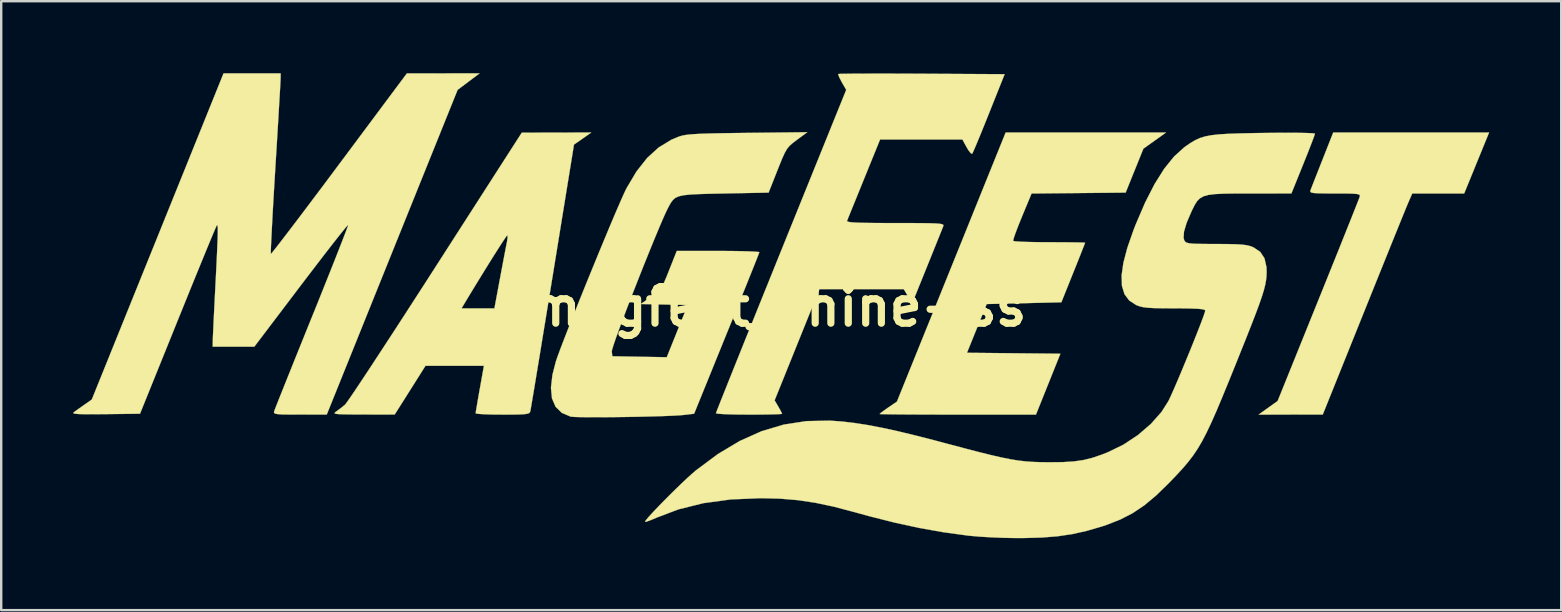
<source format=kicad_pcb>
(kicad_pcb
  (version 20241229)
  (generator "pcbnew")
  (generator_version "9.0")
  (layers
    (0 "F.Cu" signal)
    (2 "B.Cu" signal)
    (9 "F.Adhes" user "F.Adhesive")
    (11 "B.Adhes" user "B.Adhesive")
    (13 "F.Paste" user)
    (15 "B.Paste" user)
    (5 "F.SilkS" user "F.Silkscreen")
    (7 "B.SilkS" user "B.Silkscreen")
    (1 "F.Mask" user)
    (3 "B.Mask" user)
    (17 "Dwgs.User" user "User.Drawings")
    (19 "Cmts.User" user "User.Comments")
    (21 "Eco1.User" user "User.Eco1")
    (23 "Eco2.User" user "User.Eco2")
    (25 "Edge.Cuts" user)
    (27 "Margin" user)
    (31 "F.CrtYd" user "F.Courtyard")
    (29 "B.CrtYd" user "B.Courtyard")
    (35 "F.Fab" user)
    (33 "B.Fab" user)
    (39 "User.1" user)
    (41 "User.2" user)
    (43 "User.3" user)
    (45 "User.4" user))
  (footprint "magfest_shine-ss"
    (layer "F.Cu")
    (at 29.401 9.73)
    (property "Reference" "magfest_shine-ss" (at 0 0 0) (layer "F.SilkS") (effects (font (size 1.524 1.524) (thickness 0.3))))
    (attr through_hole)
    (fp_poly (pts (xy 29.514 -7.021) (xy 29.453 -6.872) (xy 29.349 -6.618) (xy 29.216 -6.291) (xy 29.064 -5.921) (xy 28.995 -5.751) (xy 28.573 -4.717) (xy 26.408 -4.717) (xy 26.242 -4.336) (xy 26.186 -4.202) (xy 26.081 -3.946) (xy 25.932 -3.581) (xy 25.745 -3.119) (xy 25.524 -2.574) (xy 25.276 -1.958) (xy 25.004 -1.284) (xy 24.714 -0.565) (xy 24.412 0.186) (xy 24.378 0.27) (xy 22.679 4.496) (xy 21.342 4.498) (xy 20.006 4.499) (xy 20.402 4.216) (xy 20.798 3.932) (xy 22.493 -0.265) (xy 22.793 -1.008) (xy 23.076 -1.712) (xy 23.34 -2.366) (xy 23.577 -2.959) (xy 23.785 -3.479) (xy 23.958 -3.913) (xy 24.091 -4.25) (xy 24.181 -4.478) (xy 24.221 -4.585) (xy 24.222 -4.59) (xy 24.225 -4.639) (xy 24.188 -4.674) (xy 24.091 -4.697) (xy 23.913 -4.71) (xy 23.634 -4.716) (xy 23.232 -4.717) (xy 23.187 -4.717) (xy 22.773 -4.718) (xy 22.484 -4.724) (xy 22.299 -4.736) (xy 22.197 -4.757) (xy 22.159 -4.79) (xy 22.163 -4.837) (xy 22.165 -4.844) (xy 22.207 -4.952) (xy 22.291 -5.169) (xy 22.41 -5.471) (xy 22.552 -5.831) (xy 22.663 -6.113) (xy 23.114 -7.256) (xy 29.611 -7.257) (xy 29.514 -7.021)) (stroke (width 0.01) (type solid)) (fill yes) (layer "F.SilkS"))
    (fp_poly (pts (xy 15.675 -6.921) (xy 15.203 -6.584) (xy 14.833 -5.669) (xy 14.463 -4.753) (xy 12.502 -4.734) (xy 10.542 -4.715) (xy 10.143 -3.754) (xy 10.003 -3.408) (xy 9.888 -3.109) (xy 9.809 -2.884) (xy 9.775 -2.757) (xy 9.775 -2.74) (xy 9.854 -2.723) (xy 10.055 -2.709) (xy 10.358 -2.697) (xy 10.739 -2.689) (xy 11.177 -2.685) (xy 11.289 -2.685) (xy 11.735 -2.684) (xy 12.128 -2.681) (xy 12.445 -2.677) (xy 12.666 -2.672) (xy 12.768 -2.666) (xy 12.773 -2.664) (xy 12.747 -2.593) (xy 12.675 -2.41) (xy 12.567 -2.134) (xy 12.429 -1.789) (xy 12.278 -1.412) (xy 11.784 -0.181) (xy 8.672 -0.109) (xy 8.261 0.907) (xy 7.85 1.923) (xy 9.796 1.942) (xy 11.743 1.962) (xy 10.725 4.499) (xy 7.467 4.499) (xy 6.795 4.499) (xy 6.17 4.497) (xy 5.606 4.495) (xy 5.118 4.492) (xy 4.72 4.488) (xy 4.427 4.483) (xy 4.253 4.479) (xy 4.209 4.475) (xy 4.264 4.424) (xy 4.407 4.318) (xy 4.57 4.203) (xy 4.931 3.957) (xy 6.061 1.162) (xy 6.367 0.406) (xy 6.71 -0.444) (xy 7.076 -1.349) (xy 7.446 -2.266) (xy 7.806 -3.156) (xy 8.138 -3.979) (xy 8.326 -4.445) (xy 9.462 -7.257) (xy 16.146 -7.257) (xy 15.675 -6.921)) (stroke (width 0.01) (type solid)) (fill yes) (layer "F.SilkS"))
    (fp_poly (pts (xy -8.168 -7.005) (xy -8.529 -6.753) (xy -9.422 -1.254) (xy -9.565 -0.376) (xy -9.702 0.461) (xy -9.831 1.247) (xy -9.949 1.971) (xy -10.057 2.621) (xy -10.15 3.186) (xy -10.228 3.654) (xy -10.289 4.014) (xy -10.33 4.256) (xy -10.351 4.368) (xy -10.352 4.372) (xy -10.378 4.421) (xy -10.441 4.456) (xy -10.561 4.478) (xy -10.76 4.492) (xy -11.06 4.498) (xy -11.482 4.499) (xy -11.507 4.499) (xy -11.892 4.496) (xy -12.22 4.487) (xy -12.465 4.473) (xy -12.605 4.456) (xy -12.627 4.445) (xy -12.615 4.357) (xy -12.581 4.154) (xy -12.532 3.865) (xy -12.471 3.517) (xy -12.455 3.429) (xy -12.283 2.467) (xy -14.719 2.467) (xy -15.36 3.483) (xy -16.002 4.498) (xy -17.308 4.495) (xy -17.771 4.493) (xy -18.105 4.489) (xy -18.327 4.481) (xy -18.455 4.467) (xy -18.505 4.446) (xy -18.495 4.414) (xy -18.44 4.371) (xy -18.436 4.369) (xy -18.246 4.228) (xy -18.073 4.088) (xy -18.008 4.005) (xy -17.87 3.809) (xy -17.665 3.508) (xy -17.4 3.111) (xy -17.08 2.628) (xy -16.712 2.067) (xy -16.3 1.436) (xy -15.85 0.746) (xy -15.414 0.073) (xy -13.216 0.073) (xy -11.845 0.073) (xy -11.612 -1.179) (xy -11.531 -1.609) (xy -11.456 -2.008) (xy -11.391 -2.347) (xy -11.343 -2.595) (xy -11.321 -2.703) (xy -11.296 -2.875) (xy -11.302 -2.967) (xy -11.311 -2.972) (xy -11.36 -2.912) (xy -11.473 -2.745) (xy -11.641 -2.487) (xy -11.851 -2.157) (xy -12.093 -1.77) (xy -12.356 -1.345) (xy -12.631 -0.898) (xy -12.905 -0.446) (xy -13.049 -0.207) (xy -13.216 0.073) (xy -15.414 0.073) (xy -15.37 0.004) (xy -14.863 -0.78) (xy -14.337 -1.597) (xy -14.297 -1.66) (xy -10.704 -7.251) (xy -7.808 -7.257) (xy -8.168 -7.005)) (stroke (width 0.01) (type solid)) (fill yes) (layer "F.SilkS"))
    (fp_poly (pts (xy 4.624 -9.712) (xy 5.272 -9.71) (xy 5.965 -9.707) (xy 5.968 -9.707) (xy 9.419 -9.688) (xy 8.768 -8.055) (xy 8.584 -7.598) (xy 8.417 -7.186) (xy 8.273 -6.838) (xy 8.161 -6.574) (xy 8.088 -6.412) (xy 8.066 -6.37) (xy 8.006 -6.396) (xy 7.908 -6.522) (xy 7.837 -6.642) (xy 7.659 -6.967) (xy 4.229 -6.967) (xy 3.557 -5.316) (xy 3.37 -4.854) (xy 3.2 -4.435) (xy 3.054 -4.078) (xy 2.942 -3.802) (xy 2.872 -3.627) (xy 2.85 -3.574) (xy 2.869 -3.547) (xy 2.956 -3.525) (xy 3.126 -3.508) (xy 3.39 -3.497) (xy 3.762 -3.489) (xy 4.254 -3.485) (xy 4.862 -3.483) (xy 5.461 -3.483) (xy 5.93 -3.481) (xy 6.284 -3.476) (xy 6.538 -3.468) (xy 6.709 -3.455) (xy 6.811 -3.437) (xy 6.859 -3.412) (xy 6.869 -3.38) (xy 6.863 -3.356) (xy 6.823 -3.255) (xy 6.737 -3.039) (xy 6.613 -2.731) (xy 6.46 -2.351) (xy 6.286 -1.92) (xy 6.191 -1.685) (xy 5.566 -0.14) (xy 5.392 -0.433) (xy 5.217 -0.726) (xy 1.701 -0.726) (xy -0.167 3.906) (xy -0.011 4.171) (xy 0.085 4.341) (xy 0.14 4.451) (xy 0.145 4.467) (xy 0.076 4.477) (xy -0.115 4.486) (xy -0.408 4.493) (xy -0.778 4.498) (xy -1.205 4.499) (xy -1.234 4.499) (xy -1.663 4.497) (xy -2.038 4.489) (xy -2.336 4.477) (xy -2.535 4.462) (xy -2.612 4.445) (xy -2.613 4.444) (xy -2.586 4.37) (xy -2.508 4.171) (xy -2.384 3.856) (xy -2.215 3.434) (xy -2.007 2.913) (xy -1.763 2.304) (xy -1.486 1.614) (xy -1.18 0.854) (xy -0.849 0.032) (xy -0.496 -0.842) (xy -0.126 -1.759) (xy 0.102 -2.323) (xy 2.817 -9.035) (xy 2.636 -9.349) (xy 2.538 -9.535) (xy 2.487 -9.663) (xy 2.486 -9.695) (xy 2.563 -9.701) (xy 2.77 -9.705) (xy 3.094 -9.709) (xy 3.521 -9.711) (xy 4.035 -9.712) (xy 4.624 -9.712)) (stroke (width 0.01) (type solid)) (fill yes) (layer "F.SilkS"))
    (fp_poly (pts (xy 0.76 -6.95) (xy 0.586 -6.819) (xy 0.456 -6.704) (xy 0.351 -6.576) (xy 0.255 -6.409) (xy 0.148 -6.173) (xy 0.013 -5.841) (xy -0.046 -5.692) (xy -0.418 -4.753) (xy -2.259 -4.717) (xy -2.857 -4.705) (xy -3.328 -4.691) (xy -3.689 -4.672) (xy -3.96 -4.643) (xy -4.157 -4.599) (xy -4.299 -4.536) (xy -4.403 -4.449) (xy -4.488 -4.335) (xy -4.572 -4.188) (xy -4.598 -4.139) (xy -4.696 -3.94) (xy -4.831 -3.638) (xy -4.997 -3.249) (xy -5.187 -2.792) (xy -5.395 -2.282) (xy -5.614 -1.739) (xy -5.837 -1.177) (xy -6.057 -0.616) (xy -6.267 -0.072) (xy -6.461 0.438) (xy -6.632 0.896) (xy -6.774 1.286) (xy -6.878 1.59) (xy -6.94 1.791) (xy -6.954 1.866) (xy -6.931 2.068) (xy -5.796 2.088) (xy -4.662 2.108) (xy -3.787 -0.069) (xy -5.745 -0.109) (xy -5.311 -0.414) (xy -5.124 -0.55) (xy -4.989 -0.669) (xy -4.882 -0.803) (xy -4.784 -0.984) (xy -4.672 -1.245) (xy -4.562 -1.521) (xy -4.245 -2.321) (xy -2.522 -2.322) (xy -2.039 -2.32) (xy -1.61 -2.314) (xy -1.252 -2.304) (xy -0.987 -2.292) (xy -0.834 -2.278) (xy -0.804 -2.268) (xy -0.832 -2.192) (xy -0.909 -1.994) (xy -1.03 -1.689) (xy -1.191 -1.288) (xy -1.385 -0.804) (xy -1.608 -0.252) (xy -1.854 0.357) (xy -2.118 1.008) (xy -2.166 1.125) (xy -3.522 4.463) (xy -3.917 4.511) (xy -4.131 4.53) (xy -4.452 4.547) (xy -4.859 4.563) (xy -5.328 4.577) (xy -5.837 4.589) (xy -6.365 4.598) (xy -6.888 4.605) (xy -7.384 4.609) (xy -7.83 4.609) (xy -8.206 4.606) (xy -8.487 4.598) (xy -8.652 4.586) (xy -8.674 4.582) (xy -9.038 4.425) (xy -9.296 4.173) (xy -9.446 3.824) (xy -9.489 3.38) (xy -9.426 2.837) (xy -9.285 2.289) (xy -9.208 2.064) (xy -9.083 1.726) (xy -8.916 1.291) (xy -8.716 0.779) (xy -8.489 0.206) (xy -8.242 -0.41) (xy -7.983 -1.051) (xy -7.718 -1.698) (xy -7.457 -2.335) (xy -7.204 -2.943) (xy -6.969 -3.506) (xy -6.757 -4.004) (xy -6.576 -4.42) (xy -6.435 -4.736) (xy -6.339 -4.935) (xy -5.924 -5.633) (xy -5.48 -6.196) (xy -5 -6.634) (xy -4.472 -6.955) (xy -4.173 -7.081) (xy -4.059 -7.117) (xy -3.925 -7.147) (xy -3.756 -7.171) (xy -3.534 -7.189) (xy -3.243 -7.205) (xy -2.868 -7.217) (xy -2.391 -7.227) (xy -1.797 -7.236) (xy -1.307 -7.242) (xy 1.195 -7.27) (xy 0.76 -6.95)) (stroke (width 0.01) (type solid)) (fill yes) (layer "F.SilkS"))
    (fp_poly (pts (xy -20.755 -9.54) (xy -20.76 -9.432) (xy -20.772 -9.194) (xy -20.792 -8.842) (xy -20.819 -8.388) (xy -20.85 -7.849) (xy -20.887 -7.239) (xy -20.927 -6.573) (xy -20.971 -5.866) (xy -20.975 -5.793) (xy -21.018 -5.088) (xy -21.057 -4.429) (xy -21.091 -3.828) (xy -21.119 -3.301) (xy -21.141 -2.86) (xy -21.157 -2.52) (xy -21.164 -2.295) (xy -21.163 -2.199) (xy -21.162 -2.197) (xy -21.114 -2.248) (xy -20.987 -2.406) (xy -20.788 -2.661) (xy -20.525 -3.004) (xy -20.204 -3.425) (xy -19.832 -3.915) (xy -19.419 -4.464) (xy -18.969 -5.062) (xy -18.492 -5.701) (xy -18.312 -5.942) (xy -15.494 -9.72) (xy -13.977 -9.722) (xy -12.461 -9.725) (xy -12.92 -9.38) (xy -13.379 -9.035) (xy -16.106 -2.27) (xy -18.832 4.496) (xy -19.947 4.498) (xy -20.372 4.497) (xy -20.672 4.493) (xy -20.867 4.481) (xy -20.979 4.461) (xy -21.027 4.43) (xy -21.031 4.386) (xy -21.028 4.372) (xy -20.995 4.283) (xy -20.913 4.072) (xy -20.785 3.751) (xy -20.619 3.334) (xy -20.418 2.832) (xy -20.187 2.258) (xy -19.932 1.624) (xy -19.658 0.944) (xy -19.456 0.445) (xy -19.172 -0.257) (xy -18.907 -0.92) (xy -18.663 -1.53) (xy -18.447 -2.075) (xy -18.263 -2.544) (xy -18.116 -2.923) (xy -18.01 -3.201) (xy -17.951 -3.366) (xy -17.94 -3.408) (xy -17.987 -3.363) (xy -18.112 -3.214) (xy -18.307 -2.971) (xy -18.562 -2.647) (xy -18.869 -2.252) (xy -19.219 -1.797) (xy -19.603 -1.295) (xy -19.907 -0.896) (xy -21.852 1.669) (xy -23.586 1.669) (xy -23.584 1.47) (xy -23.581 1.347) (xy -23.57 1.1) (xy -23.554 0.749) (xy -23.533 0.315) (xy -23.508 -0.182) (xy -23.481 -0.721) (xy -23.477 -0.798) (xy -23.441 -1.494) (xy -23.414 -2.058) (xy -23.394 -2.503) (xy -23.38 -2.842) (xy -23.374 -3.087) (xy -23.375 -3.251) (xy -23.381 -3.348) (xy -23.394 -3.39) (xy -23.412 -3.391) (xy -23.416 -3.387) (xy -23.451 -3.313) (xy -23.536 -3.116) (xy -23.665 -2.808) (xy -23.833 -2.402) (xy -24.035 -1.91) (xy -24.267 -1.343) (xy -24.524 -0.713) (xy -24.799 -0.033) (xy -25.04 0.562) (xy -26.616 4.463) (xy -28.058 4.48) (xy -28.559 4.484) (xy -28.928 4.483) (xy -29.182 4.476) (xy -29.333 4.462) (xy -29.396 4.44) (xy -29.385 4.41) (xy -29.382 4.407) (xy -29.255 4.315) (xy -29.063 4.179) (xy -28.944 4.095) (xy -28.625 3.871) (xy -26.165 -2.219) (xy -25.796 -3.131) (xy -25.439 -4.017) (xy -25.095 -4.867) (xy -24.771 -5.669) (xy -24.471 -6.412) (xy -24.199 -7.086) (xy -23.959 -7.679) (xy -23.757 -8.181) (xy -23.596 -8.58) (xy -23.48 -8.865) (xy -23.419 -9.017) (xy -23.133 -9.725) (xy -20.755 -9.725) (xy -20.755 -9.54)) (stroke (width 0.01) (type solid)) (fill yes) (layer "F.SilkS"))
    (fp_poly (pts (xy 21.676 -7.244) (xy 22.009 -7.237) (xy 22.239 -7.227) (xy 22.347 -7.214) (xy 22.353 -7.209) (xy 22.327 -7.125) (xy 22.255 -6.93) (xy 22.146 -6.645) (xy 22.007 -6.293) (xy 21.863 -5.933) (xy 21.372 -4.718) (xy 19.631 -4.717) (xy 19.029 -4.716) (xy 18.554 -4.709) (xy 18.187 -4.691) (xy 17.911 -4.656) (xy 17.706 -4.598) (xy 17.555 -4.513) (xy 17.438 -4.393) (xy 17.339 -4.235) (xy 17.237 -4.031) (xy 17.212 -3.978) (xy 17.006 -3.499) (xy 16.895 -3.127) (xy 16.877 -2.862) (xy 16.909 -2.758) (xy 16.946 -2.705) (xy 17.004 -2.667) (xy 17.107 -2.641) (xy 17.274 -2.624) (xy 17.528 -2.616) (xy 17.89 -2.612) (xy 18.236 -2.611) (xy 18.71 -2.608) (xy 19.065 -2.6) (xy 19.325 -2.584) (xy 19.518 -2.558) (xy 19.667 -2.52) (xy 19.789 -2.472) (xy 20.072 -2.283) (xy 20.25 -2.013) (xy 20.332 -1.648) (xy 20.339 -1.442) (xy 20.333 -1.274) (xy 20.315 -1.102) (xy 20.281 -0.914) (xy 20.225 -0.694) (xy 20.144 -0.429) (xy 20.031 -0.103) (xy 19.883 0.296) (xy 19.694 0.784) (xy 19.461 1.374) (xy 19.177 2.081) (xy 19.11 2.25) (xy 18.782 3.061) (xy 18.498 3.753) (xy 18.252 4.338) (xy 18.033 4.834) (xy 17.834 5.253) (xy 17.648 5.611) (xy 17.464 5.923) (xy 17.276 6.203) (xy 17.074 6.467) (xy 16.852 6.729) (xy 16.599 7.004) (xy 16.309 7.307) (xy 16.262 7.355) (xy 15.733 7.871) (xy 15.241 8.281) (xy 14.753 8.608) (xy 14.236 8.874) (xy 13.655 9.101) (xy 13.462 9.164) (xy 12.84 9.345) (xy 12.243 9.479) (xy 11.633 9.57) (xy 10.973 9.623) (xy 10.224 9.644) (xy 9.846 9.644) (xy 9.366 9.635) (xy 8.859 9.614) (xy 8.378 9.586) (xy 7.974 9.551) (xy 7.874 9.54) (xy 6.862 9.401) (xy 5.869 9.225) (xy 4.852 9.005) (xy 3.771 8.732) (xy 3.157 8.563) (xy 2.299 8.337) (xy 1.525 8.173) (xy 0.791 8.064) (xy 0.054 8.002) (xy -0.732 7.983) (xy -0.751 7.983) (xy -1.994 8.035) (xy -3.138 8.191) (xy -4.182 8.451) (xy -5.067 8.787) (xy -5.302 8.887) (xy -5.481 8.953) (xy -5.567 8.97) (xy -5.569 8.969) (xy -5.536 8.906) (xy -5.414 8.761) (xy -5.223 8.552) (xy -4.98 8.297) (xy -4.702 8.014) (xy -4.408 7.72) (xy -4.114 7.434) (xy -3.84 7.174) (xy -3.601 6.957) (xy -3.447 6.825) (xy -2.528 6.141) (xy -1.619 5.598) (xy -0.709 5.191) (xy 0.213 4.916) (xy 1.157 4.771) (xy 2.135 4.751) (xy 2.649 4.788) (xy 3.165 4.849) (xy 3.706 4.933) (xy 4.294 5.045) (xy 4.949 5.187) (xy 5.691 5.366) (xy 6.542 5.584) (xy 6.961 5.696) (xy 7.703 5.893) (xy 8.324 6.055) (xy 8.845 6.184) (xy 9.284 6.285) (xy 9.662 6.361) (xy 9.998 6.415) (xy 10.312 6.451) (xy 10.622 6.472) (xy 10.949 6.483) (xy 11.285 6.486) (xy 11.845 6.48) (xy 12.302 6.451) (xy 12.7 6.394) (xy 13.08 6.3) (xy 13.484 6.162) (xy 13.727 6.066) (xy 14.372 5.751) (xy 14.977 5.351) (xy 15.515 4.888) (xy 15.958 4.387) (xy 16.241 3.944) (xy 16.331 3.756) (xy 16.458 3.473) (xy 16.612 3.117) (xy 16.785 2.708) (xy 16.967 2.269) (xy 17.151 1.821) (xy 17.326 1.387) (xy 17.485 0.986) (xy 17.618 0.643) (xy 17.716 0.377) (xy 17.771 0.21) (xy 17.78 0.169) (xy 17.752 0.133) (xy 17.655 0.107) (xy 17.474 0.089) (xy 17.192 0.078) (xy 16.79 0.072) (xy 16.492 0.071) (xy 16.012 0.068) (xy 15.652 0.061) (xy 15.386 0.046) (xy 15.191 0.022) (xy 15.04 -0.015) (xy 14.908 -0.065) (xy 14.897 -0.07) (xy 14.611 -0.256) (xy 14.415 -0.519) (xy 14.309 -0.863) (xy 14.294 -1.296) (xy 14.368 -1.822) (xy 14.533 -2.449) (xy 14.788 -3.182) (xy 14.883 -3.426) (xy 15.274 -4.337) (xy 15.669 -5.109) (xy 16.069 -5.746) (xy 16.479 -6.254) (xy 16.902 -6.638) (xy 16.98 -6.695) (xy 17.183 -6.832) (xy 17.371 -6.942) (xy 17.563 -7.029) (xy 17.779 -7.095) (xy 18.036 -7.144) (xy 18.354 -7.18) (xy 18.75 -7.204) (xy 19.245 -7.221) (xy 19.856 -7.234) (xy 20.229 -7.239) (xy 20.768 -7.245) (xy 21.256 -7.247) (xy 21.676 -7.244)) (stroke (width 0.01) (type solid)) (fill yes) (layer "F.SilkS")))
  (gr_rect
    (start -3 -3)
    (end 62.017 22.379)
    (stroke (width 0.1) (type default))
    (fill no)
    (layer "Edge.Cuts")))
</source>
